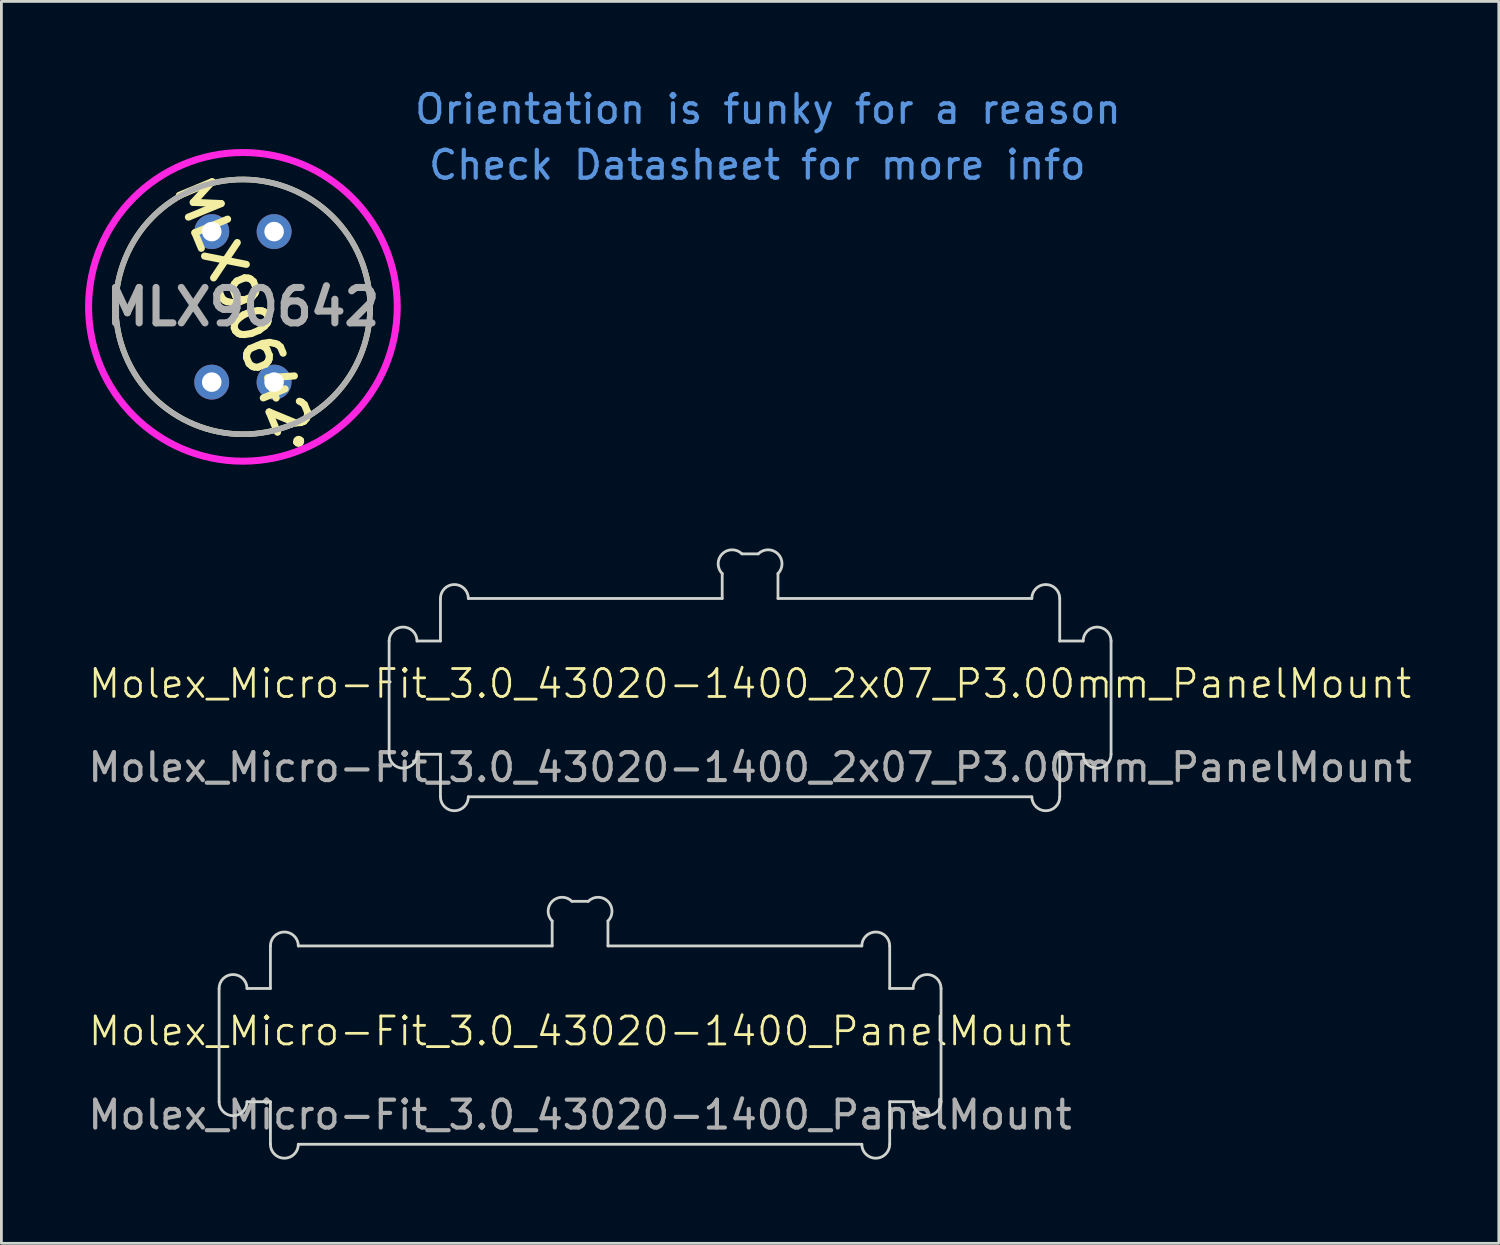
<source format=kicad_pcb>
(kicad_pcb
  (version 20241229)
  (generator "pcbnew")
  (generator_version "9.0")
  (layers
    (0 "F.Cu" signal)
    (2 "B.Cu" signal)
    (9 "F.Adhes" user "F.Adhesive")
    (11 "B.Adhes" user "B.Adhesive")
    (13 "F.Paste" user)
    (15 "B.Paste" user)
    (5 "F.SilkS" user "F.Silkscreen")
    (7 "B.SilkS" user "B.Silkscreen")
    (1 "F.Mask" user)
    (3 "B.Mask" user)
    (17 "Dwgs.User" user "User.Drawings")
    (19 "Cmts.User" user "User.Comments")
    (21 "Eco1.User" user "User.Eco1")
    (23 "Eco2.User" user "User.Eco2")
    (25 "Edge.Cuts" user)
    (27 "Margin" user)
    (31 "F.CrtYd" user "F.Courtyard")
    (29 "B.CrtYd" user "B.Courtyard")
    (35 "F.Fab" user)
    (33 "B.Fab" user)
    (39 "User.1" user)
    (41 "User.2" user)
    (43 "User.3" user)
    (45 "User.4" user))
  (footprint "Molex_Micro-Fit_3.0_43020-1400_PanelMount"
    (layer "F.Cu")
    (at 17.744 34.415)
    (property "Reference" "Molex_Micro-Fit_3.0_43020-1400_PanelMount" (at 0 -0.5 0) (unlocked yes) (layer "F.SilkS") (effects (font (size 1 1) (thickness 0.1))))
    (attr board_only exclude_from_pos_files exclude_from_bom)
    (fp_line (start -12.94 -2.03) (end -12.94 2.03) (stroke (width 0.1) (type solid)) (layer "Edge.Cuts"))
    (fp_line (start -11.94 2.03) (end -11.1 2.03) (stroke (width 0.1) (type solid)) (layer "Edge.Cuts"))
    (fp_line (start -11.1 -3.555) (end -11.1 -2.03) (stroke (width 0.1) (type solid)) (layer "Edge.Cuts"))
    (fp_line (start -11.1 -2.03) (end -11.94 -2.03) (stroke (width 0.1) (type solid)) (layer "Edge.Cuts"))
    (fp_line (start -11.1 2.03) (end -11.1 3.555) (stroke (width 0.1) (type solid)) (layer "Edge.Cuts"))
    (fp_line (start -10.1 3.555) (end 10.1 3.555) (stroke (width 0.1) (type solid)) (layer "Edge.Cuts"))
    (fp_line (start -1 -3.555) (end -10.1 -3.555) (stroke (width 0.1) (type solid)) (layer "Edge.Cuts"))
    (fp_line (start -1 -3.555) (end -1 -4.448) (stroke (width 0.1) (type solid)) (layer "Edge.Cuts"))
    (fp_line (start 0.293 -5.155) (end -0.293 -5.155) (stroke (width 0.1) (type solid)) (layer "Edge.Cuts"))
    (fp_line (start 1 -3.555) (end 1 -4.448) (stroke (width 0.1) (type solid)) (layer "Edge.Cuts"))
    (fp_line (start 10.1 -3.555) (end 1 -3.555) (stroke (width 0.1) (type solid)) (layer "Edge.Cuts"))
    (fp_line (start 11.1 -2.03) (end 11.1 -3.555) (stroke (width 0.1) (type solid)) (layer "Edge.Cuts"))
    (fp_line (start 11.1 2.03) (end 11.94 2.03) (stroke (width 0.1) (type solid)) (layer "Edge.Cuts"))
    (fp_line (start 11.1 3.555) (end 11.1 2.03) (stroke (width 0.1) (type solid)) (layer "Edge.Cuts"))
    (fp_line (start 11.94 -2.03) (end 11.1 -2.03) (stroke (width 0.1) (type solid)) (layer "Edge.Cuts"))
    (fp_line (start 12.94 2.03) (end 12.94 -2.03) (stroke (width 0.1) (type solid)) (layer "Edge.Cuts"))
    (fp_arc (start -12.94 -2.03) (mid -12.44 -2.53) (end -11.94 -2.03) (stroke (width 0.1) (type solid)) (layer "Edge.Cuts"))
    (fp_arc (start -11.94 2.03) (mid -12.44 2.53) (end -12.94 2.03) (stroke (width 0.1) (type solid)) (layer "Edge.Cuts"))
    (fp_arc (start -11.1 -3.555) (mid -10.6 -4.055) (end -10.1 -3.555) (stroke (width 0.1) (type solid)) (layer "Edge.Cuts"))
    (fp_arc (start -10.1 3.555) (mid -10.6 4.055) (end -11.1 3.555) (stroke (width 0.1) (type solid)) (layer "Edge.Cuts"))
    (fp_arc (start -1 -4.447894) (mid -1 -5.155) (end -0.292894 -5.155) (stroke (width 0.1) (type default)) (layer "Edge.Cuts"))
    (fp_arc (start 0.292894 -5.155) (mid 1 -5.155) (end 1 -4.447894) (stroke (width 0.1) (type default)) (layer "Edge.Cuts"))
    (fp_arc (start 10.1 -3.555) (mid 10.6 -4.055) (end 11.1 -3.555) (stroke (width 0.1) (type solid)) (layer "Edge.Cuts"))
    (fp_arc (start 11.1 3.555) (mid 10.6 4.055) (end 10.1 3.555) (stroke (width 0.1) (type solid)) (layer "Edge.Cuts"))
    (fp_arc (start 11.94 -2.03) (mid 12.44 -2.53) (end 12.94 -2.03) (stroke (width 0.1) (type solid)) (layer "Edge.Cuts"))
    (fp_arc (start 12.94 2.03) (mid 12.44 2.53) (end 11.94 2.03) (stroke (width 0.1) (type solid)) (layer "Edge.Cuts"))
    (fp_text user "${REFERENCE}" (at 0 2.5 0) (unlocked yes) (layer "F.Fab") (effects (font (size 1 1) (thickness 0.15)))))
  (footprint "Molex_Micro-Fit_3.0_43020-1400_2x07_P3.00mm_PanelMount"
    (layer "F.Cu")
    (at 23.839 21.959)
    (property "Reference" "Molex_Micro-Fit_3.0_43020-1400_2x07_P3.00mm_PanelMount" (at 0 -0.5 0) (unlocked yes) (layer "F.SilkS") (effects (font (size 1 1) (thickness 0.1))))
    (attr board_only exclude_from_pos_files exclude_from_bom)
    (fp_line (start -12.94 -2.03) (end -12.94 2.03) (stroke (width 0.1) (type solid)) (layer "Edge.Cuts"))
    (fp_line (start -11.94 2.03) (end -11.1 2.03) (stroke (width 0.1) (type solid)) (layer "Edge.Cuts"))
    (fp_line (start -11.1 -3.555) (end -11.1 -2.03) (stroke (width 0.1) (type solid)) (layer "Edge.Cuts"))
    (fp_line (start -11.1 -2.03) (end -11.94 -2.03) (stroke (width 0.1) (type solid)) (layer "Edge.Cuts"))
    (fp_line (start -11.1 2.03) (end -11.1 3.555) (stroke (width 0.1) (type solid)) (layer "Edge.Cuts"))
    (fp_line (start -10.1 3.555) (end 10.1 3.555) (stroke (width 0.1) (type solid)) (layer "Edge.Cuts"))
    (fp_line (start -1 -3.555) (end -10.1 -3.555) (stroke (width 0.1) (type solid)) (layer "Edge.Cuts"))
    (fp_line (start -1 -3.555) (end -1 -4.448) (stroke (width 0.1) (type solid)) (layer "Edge.Cuts"))
    (fp_line (start 0.293 -5.155) (end -0.293 -5.155) (stroke (width 0.1) (type solid)) (layer "Edge.Cuts"))
    (fp_line (start 1 -3.555) (end 1 -4.448) (stroke (width 0.1) (type solid)) (layer "Edge.Cuts"))
    (fp_line (start 10.1 -3.555) (end 1 -3.555) (stroke (width 0.1) (type solid)) (layer "Edge.Cuts"))
    (fp_line (start 11.1 -2.03) (end 11.1 -3.555) (stroke (width 0.1) (type solid)) (layer "Edge.Cuts"))
    (fp_line (start 11.1 2.03) (end 11.94 2.03) (stroke (width 0.1) (type solid)) (layer "Edge.Cuts"))
    (fp_line (start 11.1 3.555) (end 11.1 2.03) (stroke (width 0.1) (type solid)) (layer "Edge.Cuts"))
    (fp_line (start 11.94 -2.03) (end 11.1 -2.03) (stroke (width 0.1) (type solid)) (layer "Edge.Cuts"))
    (fp_line (start 12.94 2.03) (end 12.94 -2.03) (stroke (width 0.1) (type solid)) (layer "Edge.Cuts"))
    (fp_arc (start -12.94 -2.03) (mid -12.44 -2.53) (end -11.94 -2.03) (stroke (width 0.1) (type solid)) (layer "Edge.Cuts"))
    (fp_arc (start -11.94 2.03) (mid -12.44 2.53) (end -12.94 2.03) (stroke (width 0.1) (type solid)) (layer "Edge.Cuts"))
    (fp_arc (start -11.1 -3.555) (mid -10.6 -4.055) (end -10.1 -3.555) (stroke (width 0.1) (type solid)) (layer "Edge.Cuts"))
    (fp_arc (start -10.1 3.555) (mid -10.6 4.055) (end -11.1 3.555) (stroke (width 0.1) (type solid)) (layer "Edge.Cuts"))
    (fp_arc (start -1 -4.447894) (mid -1 -5.155) (end -0.292894 -5.155) (stroke (width 0.1) (type default)) (layer "Edge.Cuts"))
    (fp_arc (start 0.292894 -5.155) (mid 1 -5.155) (end 1 -4.447894) (stroke (width 0.1) (type default)) (layer "Edge.Cuts"))
    (fp_arc (start 10.1 -3.555) (mid 10.6 -4.055) (end 11.1 -3.555) (stroke (width 0.1) (type solid)) (layer "Edge.Cuts"))
    (fp_arc (start 11.1 3.555) (mid 10.6 4.055) (end 10.1 3.555) (stroke (width 0.1) (type solid)) (layer "Edge.Cuts"))
    (fp_arc (start 11.94 -2.03) (mid 12.44 -2.53) (end 12.94 -2.03) (stroke (width 0.1) (type solid)) (layer "Edge.Cuts"))
    (fp_arc (start 12.94 2.03) (mid 12.44 2.53) (end 11.94 2.03) (stroke (width 0.1) (type solid)) (layer "Edge.Cuts"))
    (fp_text user "${REFERENCE}" (at 0 2.5 0) (unlocked yes) (layer "F.Fab") (effects (font (size 1 1) (thickness 0.15)))))
  (footprint "MLX90642"
    (layer "F.Cu")
    (at 2.738 7.95)
    (property "Reference" "MLX90642" (at 2.92 0 112.5) (layer "F.SilkS") (effects (font (size 1.27 1.27) (thickness 0.254))))
    (attr through_hole)
    (fp_line (start 1.171 -4.222) (end 1.171 -4.222) (stroke (width 0.2) (type solid)) (layer "F.SilkS"))
    (fp_line (start 4.669 4.222) (end 4.669 4.222) (stroke (width 0.2) (type solid)) (layer "F.SilkS"))
    (fp_line (start 4.825 4.861) (end 4.825 4.861) (stroke (width 0.2) (type solid)) (layer "F.SilkS"))
    (fp_line (start 5.01 4.784) (end 5.01 4.784) (stroke (width 0.2) (type solid)) (layer "F.SilkS"))
    (fp_arc (start 1.171138 -4.222132) (mid 7.142132 -1.748862) (end 4.668862 4.222132) (stroke (width 0.2) (type solid)) (layer "F.SilkS"))
    (fp_arc (start 4.668862 4.222132) (mid -1.302132 1.748862) (end 1.171138 -4.222132) (stroke (width 0.2) (type solid)) (layer "F.SilkS"))
    (fp_arc (start 4.825222 4.860916) (mid 4.879341 4.730267) (end 5.009993 4.784379) (stroke (width 0.2) (type solid)) (layer "F.SilkS"))
    (fp_arc (start 5.009993 4.784379) (mid 4.955878 4.915038) (end 4.825222 4.860916) (stroke (width 0.2) (type solid)) (layer "F.SilkS"))
    (fp_circle (center 2.92 0) (end 1.171 -5.249) (stroke (width 0.25) (type solid)) (fill no) (layer "F.CrtYd"))
    (fp_line (start 1.171 -4.222) (end 1.171 -4.222) (stroke (width 0.2) (type solid)) (layer "F.Fab"))
    (fp_line (start 4.669 4.222) (end 4.669 4.222) (stroke (width 0.2) (type solid)) (layer "F.Fab"))
    (fp_arc (start 1.171138 -4.222132) (mid 7.142132 -1.748862) (end 4.668862 4.222132) (stroke (width 0.2) (type solid)) (layer "F.Fab"))
    (fp_arc (start 4.668862 4.222132) (mid -1.302132 1.748862) (end 1.171138 -4.222132) (stroke (width 0.2) (type solid)) (layer "F.Fab"))
    (fp_text user "Orientation is funky for a reason" (at 9 -6.5 0) (unlocked yes) (layer "Cmts.User") (effects (font (size 1 1) (thickness 0.15)) (justify left bottom)))
    (fp_text user "Check Datasheet for more info" (at 9.5 -4.5 0) (unlocked yes) (layer "Cmts.User") (effects (font (size 1 1) (thickness 0.15)) (justify left bottom)))
    (fp_text user "${REFERENCE}" (at 2.92 0 0) (layer "F.Fab") (effects (font (size 1.27 1.27) (thickness 0.254))))
    (pad "1" thru_hole circle (at 4.037 2.698 112.5) (size 1.25 1.25) (drill 0.7) (layers "*.Cu" "*.Mask"))
    (pad "2" thru_hole circle (at 4.038 -2.698 112.5) (size 1.25 1.25) (drill 0.7) (layers "*.Cu" "*.Mask"))
    (pad "3" thru_hole circle (at 1.803 -2.698 112.5) (size 1.25 1.25) (drill 0.7) (layers "*.Cu" "*.Mask"))
    (pad "4" thru_hole circle (at 1.802 2.698 112.5) (size 1.25 1.25) (drill 0.7) (layers "*.Cu" "*.Mask")))
  (gr_rect
    (start -3 -3)
    (end 50.679 41.52)
    (stroke (width 0.1) (type default))
    (fill no)
    (layer "Edge.Cuts")))
</source>
